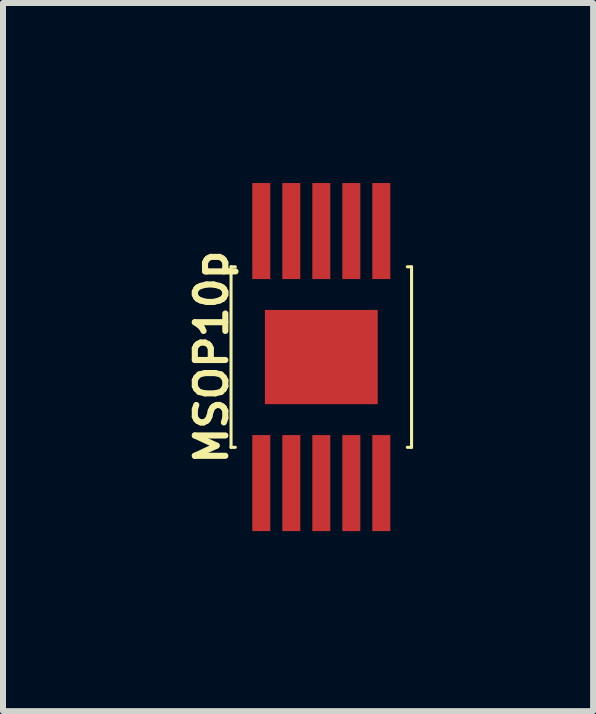
<source format=kicad_pcb>
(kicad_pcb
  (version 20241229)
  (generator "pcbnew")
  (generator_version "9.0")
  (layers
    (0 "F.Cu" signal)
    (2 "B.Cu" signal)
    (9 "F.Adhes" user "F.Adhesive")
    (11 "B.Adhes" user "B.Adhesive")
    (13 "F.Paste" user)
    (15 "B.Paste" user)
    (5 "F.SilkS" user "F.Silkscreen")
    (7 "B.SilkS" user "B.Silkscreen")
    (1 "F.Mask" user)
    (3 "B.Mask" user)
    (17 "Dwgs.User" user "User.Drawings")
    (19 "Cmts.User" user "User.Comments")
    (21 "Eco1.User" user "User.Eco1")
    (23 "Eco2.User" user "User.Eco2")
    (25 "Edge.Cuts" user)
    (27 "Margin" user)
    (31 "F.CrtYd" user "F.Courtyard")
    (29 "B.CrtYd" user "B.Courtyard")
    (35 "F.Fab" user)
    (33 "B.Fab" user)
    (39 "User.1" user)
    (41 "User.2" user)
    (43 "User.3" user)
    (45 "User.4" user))
  (footprint "MSOP10p"
    (layer "F.Cu")
    (at 2.304 2.9)
    (property "Reference" "MSOP10p" (at -1.829 0 90) (layer "F.SilkS") (effects (font (size 0.508 0.508) (thickness 0.102))))
    (attr through_hole)
    (fp_line (start -1.504 -1.504) (end -1.504 1.504) (stroke (width 0.051) (type solid)) (layer "F.SilkS"))
    (fp_line (start -1.504 -1.504) (end -1.433 -1.504) (stroke (width 0.051) (type solid)) (layer "F.SilkS"))
    (fp_line (start -1.504 1.504) (end -1.433 1.504) (stroke (width 0.051) (type solid)) (layer "F.SilkS"))
    (fp_line (start 1.504 -1.504) (end 1.433 -1.504) (stroke (width 0.051) (type solid)) (layer "F.SilkS"))
    (fp_line (start 1.504 -1.504) (end 1.504 1.504) (stroke (width 0.051) (type solid)) (layer "F.SilkS"))
    (fp_line (start 1.504 1.504) (end 1.433 1.504) (stroke (width 0.051) (type solid)) (layer "F.SilkS"))
    (pad "1" smd rect (at -1 2.1) (size 0.3 1.6) (layers "F.Cu" "F.Mask" "F.Paste"))
    (pad "2" smd rect (at -0.5 2.1) (size 0.3 1.6) (layers "F.Cu" "F.Mask" "F.Paste"))
    (pad "3" smd rect (at 0 2.1) (size 0.3 1.6) (layers "F.Cu" "F.Mask" "F.Paste"))
    (pad "4" smd rect (at 0.5 2.1) (size 0.3 1.6) (layers "F.Cu" "F.Mask" "F.Paste"))
    (pad "5" smd rect (at 1 2.1) (size 0.3 1.6) (layers "F.Cu" "F.Mask" "F.Paste"))
    (pad "6" smd rect (at 1 -2.1) (size 0.3 1.6) (layers "F.Cu" "F.Mask" "F.Paste"))
    (pad "7" smd rect (at 0.5 -2.1) (size 0.3 1.6) (layers "F.Cu" "F.Mask" "F.Paste"))
    (pad "8" smd rect (at 0 -2.1) (size 0.3 1.6) (layers "F.Cu" "F.Mask" "F.Paste"))
    (pad "9" smd rect (at -0.5 -2.1) (size 0.3 1.6) (layers "F.Cu" "F.Mask" "F.Paste"))
    (pad "10" smd rect (at -1 -2.1) (size 0.3 1.6) (layers "F.Cu" "F.Mask" "F.Paste"))
    (pad "PAD" smd rect (at 0 0) (size 1.88 1.57) (layers "F.Cu" "F.Mask" "F.Paste")))
  (gr_rect
    (start -3 -3)
    (end 6.833 8.8)
    (stroke (width 0.1) (type default))
    (fill no)
    (layer "Edge.Cuts")))
</source>
